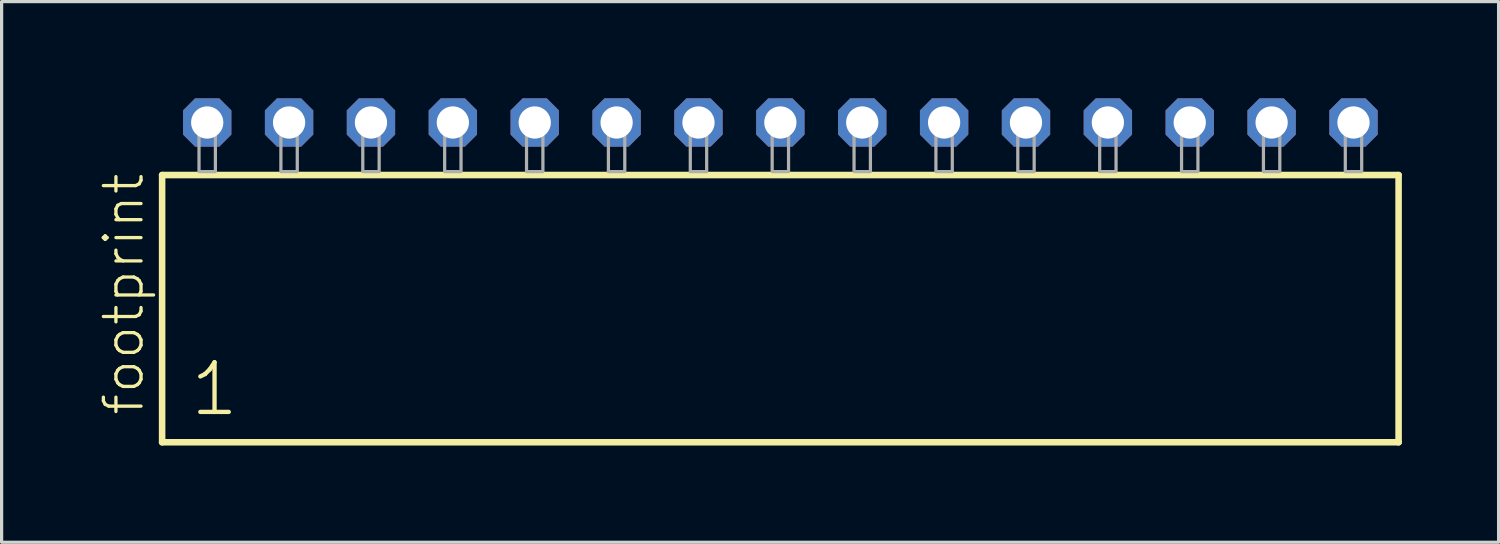
<source format=kicad_pcb>
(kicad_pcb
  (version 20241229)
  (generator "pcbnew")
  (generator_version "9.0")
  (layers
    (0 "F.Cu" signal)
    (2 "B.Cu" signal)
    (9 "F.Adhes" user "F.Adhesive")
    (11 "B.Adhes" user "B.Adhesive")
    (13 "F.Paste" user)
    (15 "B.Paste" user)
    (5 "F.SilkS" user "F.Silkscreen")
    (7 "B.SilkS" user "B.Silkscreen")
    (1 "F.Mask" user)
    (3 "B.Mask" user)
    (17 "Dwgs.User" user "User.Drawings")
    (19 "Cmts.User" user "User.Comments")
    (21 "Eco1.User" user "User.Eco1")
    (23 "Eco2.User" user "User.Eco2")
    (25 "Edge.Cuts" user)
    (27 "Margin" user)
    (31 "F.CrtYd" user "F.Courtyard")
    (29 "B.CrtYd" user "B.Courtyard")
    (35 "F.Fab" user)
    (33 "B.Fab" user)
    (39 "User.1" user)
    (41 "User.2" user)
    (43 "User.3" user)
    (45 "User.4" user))
  (footprint "footprint"
    (layer "F.Cu")
    (at 21.158 2.274)
    (property "Reference" "footprint" (at -19.685 7.62 90) (layer "F.SilkS") (effects (font (size 1.168 1.168) (thickness 0.102)) (justify left bottom)))
    (fp_line (start -19.179 0.106) (end -19.179 8.396) (stroke (width 0.203) (type solid)) (layer "F.SilkS"))
    (fp_line (start -19.179 8.396) (end 19.179 8.396) (stroke (width 0.203) (type solid)) (layer "F.SilkS"))
    (fp_line (start 19.179 0.106) (end -19.179 0.106) (stroke (width 0.203) (type solid)) (layer "F.SilkS"))
    (fp_line (start 19.179 8.396) (end 19.179 0.106) (stroke (width 0.203) (type solid)) (layer "F.SilkS"))
    (fp_poly (pts (xy -18.034 0) (xy -17.526 0) (xy -17.526 -1.778) (xy -18.034 -1.778)) (stroke (width 0.1) (type solid)) (fill no) (layer "F.Fab"))
    (fp_poly (pts (xy -15.494 0) (xy -14.986 0) (xy -14.986 -1.778) (xy -15.494 -1.778)) (stroke (width 0.1) (type solid)) (fill no) (layer "F.Fab"))
    (fp_poly (pts (xy -12.954 0) (xy -12.446 0) (xy -12.446 -1.778) (xy -12.954 -1.778)) (stroke (width 0.1) (type solid)) (fill no) (layer "F.Fab"))
    (fp_poly (pts (xy -10.414 0) (xy -9.906 0) (xy -9.906 -1.778) (xy -10.414 -1.778)) (stroke (width 0.1) (type solid)) (fill no) (layer "F.Fab"))
    (fp_poly (pts (xy -7.874 0) (xy -7.366 0) (xy -7.366 -1.778) (xy -7.874 -1.778)) (stroke (width 0.1) (type solid)) (fill no) (layer "F.Fab"))
    (fp_poly (pts (xy -5.334 0) (xy -4.826 0) (xy -4.826 -1.778) (xy -5.334 -1.778)) (stroke (width 0.1) (type solid)) (fill no) (layer "F.Fab"))
    (fp_poly (pts (xy -2.794 0) (xy -2.286 0) (xy -2.286 -1.778) (xy -2.794 -1.778)) (stroke (width 0.1) (type solid)) (fill no) (layer "F.Fab"))
    (fp_poly (pts (xy -0.254 0) (xy 0.254 0) (xy 0.254 -1.778) (xy -0.254 -1.778)) (stroke (width 0.1) (type solid)) (fill no) (layer "F.Fab"))
    (fp_poly (pts (xy 2.286 0) (xy 2.794 0) (xy 2.794 -1.778) (xy 2.286 -1.778)) (stroke (width 0.1) (type solid)) (fill no) (layer "F.Fab"))
    (fp_poly (pts (xy 4.826 0) (xy 5.334 0) (xy 5.334 -1.778) (xy 4.826 -1.778)) (stroke (width 0.1) (type solid)) (fill no) (layer "F.Fab"))
    (fp_poly (pts (xy 7.366 0) (xy 7.874 0) (xy 7.874 -1.778) (xy 7.366 -1.778)) (stroke (width 0.1) (type solid)) (fill no) (layer "F.Fab"))
    (fp_poly (pts (xy 9.906 0) (xy 10.414 0) (xy 10.414 -1.778) (xy 9.906 -1.778)) (stroke (width 0.1) (type solid)) (fill no) (layer "F.Fab"))
    (fp_poly (pts (xy 12.446 0) (xy 12.954 0) (xy 12.954 -1.778) (xy 12.446 -1.778)) (stroke (width 0.1) (type solid)) (fill no) (layer "F.Fab"))
    (fp_poly (pts (xy 14.986 0) (xy 15.494 0) (xy 15.494 -1.778) (xy 14.986 -1.778)) (stroke (width 0.1) (type solid)) (fill no) (layer "F.Fab"))
    (fp_poly (pts (xy 17.526 0) (xy 18.034 0) (xy 18.034 -1.778) (xy 17.526 -1.778)) (stroke (width 0.1) (type solid)) (fill no) (layer "F.Fab"))
    (fp_text user "1" (at -18.375 7.65 0) (layer "F.SilkS") (effects (font (size 1.542 1.542) (thickness 0.134)) (justify left bottom)))
    (pad "1" thru_hole roundrect (at -17.78 -1.524) (size 1.5 1.5) (drill 1) (layers "*.Cu" "*.Mask") (roundrect_rratio 0.25) (chamfer_ratio 0.25) (chamfer top_left top_right bottom_left bottom_right))
    (pad "2" thru_hole roundrect (at -15.24 -1.524) (size 1.5 1.5) (drill 1) (layers "*.Cu" "*.Mask") (roundrect_rratio 0.25) (chamfer_ratio 0.25) (chamfer top_left top_right bottom_left bottom_right))
    (pad "3" thru_hole roundrect (at -12.7 -1.524) (size 1.5 1.5) (drill 1) (layers "*.Cu" "*.Mask") (roundrect_rratio 0.25) (chamfer_ratio 0.25) (chamfer top_left top_right bottom_left bottom_right))
    (pad "4" thru_hole roundrect (at -10.16 -1.524) (size 1.5 1.5) (drill 1) (layers "*.Cu" "*.Mask") (roundrect_rratio 0.25) (chamfer_ratio 0.25) (chamfer top_left top_right bottom_left bottom_right))
    (pad "5" thru_hole roundrect (at -7.62 -1.524) (size 1.5 1.5) (drill 1) (layers "*.Cu" "*.Mask") (roundrect_rratio 0.25) (chamfer_ratio 0.25) (chamfer top_left top_right bottom_left bottom_right))
    (pad "6" thru_hole roundrect (at -5.08 -1.524) (size 1.5 1.5) (drill 1) (layers "*.Cu" "*.Mask") (roundrect_rratio 0.25) (chamfer_ratio 0.25) (chamfer top_left top_right bottom_left bottom_right))
    (pad "7" thru_hole roundrect (at -2.54 -1.524) (size 1.5 1.5) (drill 1) (layers "*.Cu" "*.Mask") (roundrect_rratio 0.25) (chamfer_ratio 0.25) (chamfer top_left top_right bottom_left bottom_right))
    (pad "8" thru_hole roundrect (at 0 -1.524) (size 1.5 1.5) (drill 1) (layers "*.Cu" "*.Mask") (roundrect_rratio 0.25) (chamfer_ratio 0.25) (chamfer top_left top_right bottom_left bottom_right))
    (pad "9" thru_hole roundrect (at 2.54 -1.524) (size 1.5 1.5) (drill 1) (layers "*.Cu" "*.Mask") (roundrect_rratio 0.25) (chamfer_ratio 0.25) (chamfer top_left top_right bottom_left bottom_right))
    (pad "10" thru_hole roundrect (at 5.08 -1.524) (size 1.5 1.5) (drill 1) (layers "*.Cu" "*.Mask") (roundrect_rratio 0.25) (chamfer_ratio 0.25) (chamfer top_left top_right bottom_left bottom_right))
    (pad "11" thru_hole roundrect (at 7.62 -1.524) (size 1.5 1.5) (drill 1) (layers "*.Cu" "*.Mask") (roundrect_rratio 0.25) (chamfer_ratio 0.25) (chamfer top_left top_right bottom_left bottom_right))
    (pad "12" thru_hole roundrect (at 10.16 -1.524) (size 1.5 1.5) (drill 1) (layers "*.Cu" "*.Mask") (roundrect_rratio 0.25) (chamfer_ratio 0.25) (chamfer top_left top_right bottom_left bottom_right))
    (pad "13" thru_hole roundrect (at 12.7 -1.524) (size 1.5 1.5) (drill 1) (layers "*.Cu" "*.Mask") (roundrect_rratio 0.25) (chamfer_ratio 0.25) (chamfer top_left top_right bottom_left bottom_right))
    (pad "14" thru_hole roundrect (at 15.24 -1.524) (size 1.5 1.5) (drill 1) (layers "*.Cu" "*.Mask") (roundrect_rratio 0.25) (chamfer_ratio 0.25) (chamfer top_left top_right bottom_left bottom_right))
    (pad "15" thru_hole roundrect (at 17.78 -1.524) (size 1.5 1.5) (drill 1) (layers "*.Cu" "*.Mask") (roundrect_rratio 0.25) (chamfer_ratio 0.25) (chamfer top_left top_right bottom_left bottom_right)))
  (gr_rect
    (start -3 -3)
    (end 43.439 13.772)
    (stroke (width 0.1) (type default))
    (fill no)
    (layer "Edge.Cuts")))
</source>
